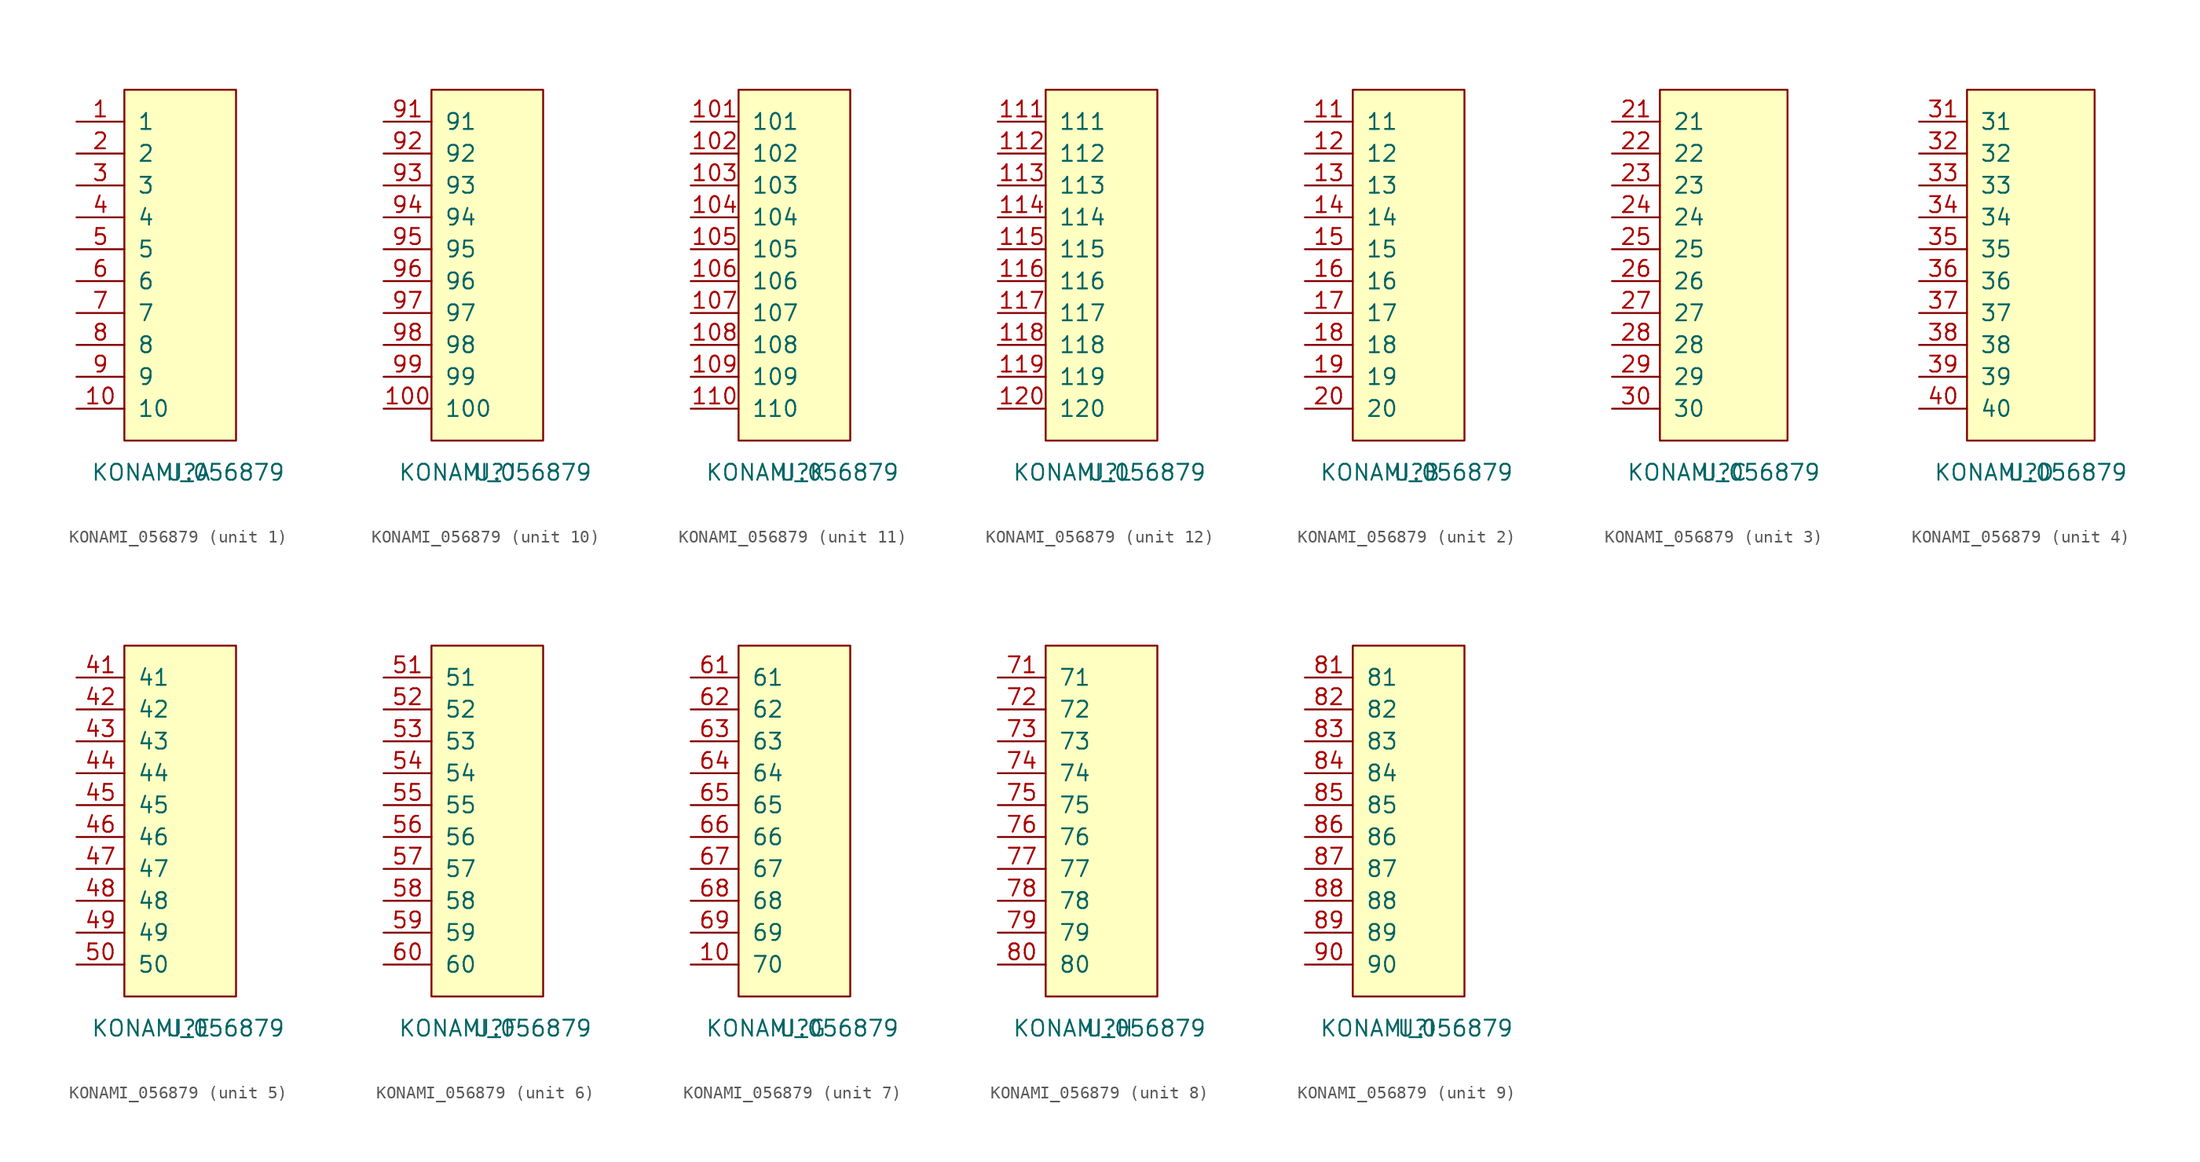
<source format=kicad_sym>
(kicad_symbol_lib
  (version 20211014)
  (generator kicad_symbol_editor)
  (symbol "KONAMI_056879"
    (pin_names
      (offset 1.016))
    (property "Reference" "U"
      (at 0 0 0)
      (effects (font (size 1.27 1.27))))
    (property "Value" "KONAMI_056879"
      (at 0 0 0)
      (effects (font (size 1.27 1.27))))
    (property "ki_locked" ""
      (at 0 0 0)
      (effects (font (size 1.27 1.27))))
    (symbol "KONAMI_056879_1_1"
      (rectangle (start -5.08 30.48) (end 3.81 2.54) (stroke (width 0) (type default) (color 0 0 0 0)) (fill (type background)))
      (pin input line (at -8.89 27.94 0) (length 3.81) (name "1" (effects (font (size 1.27 1.27)))) (number "1" (effects (font (size 1.27 1.27)))))
      (pin input line (at -8.89 5.08 0) (length 3.81) (name "10" (effects (font (size 1.27 1.27)))) (number "10" (effects (font (size 1.27 1.27)))))
      (pin input line (at -8.89 25.4 0) (length 3.81) (name "2" (effects (font (size 1.27 1.27)))) (number "2" (effects (font (size 1.27 1.27)))))
      (pin input line (at -8.89 22.86 0) (length 3.81) (name "3" (effects (font (size 1.27 1.27)))) (number "3" (effects (font (size 1.27 1.27)))))
      (pin input line (at -8.89 20.32 0) (length 3.81) (name "4" (effects (font (size 1.27 1.27)))) (number "4" (effects (font (size 1.27 1.27)))))
      (pin input line (at -8.89 17.78 0) (length 3.81) (name "5" (effects (font (size 1.27 1.27)))) (number "5" (effects (font (size 1.27 1.27)))))
      (pin input line (at -8.89 15.24 0) (length 3.81) (name "6" (effects (font (size 1.27 1.27)))) (number "6" (effects (font (size 1.27 1.27)))))
      (pin input line (at -8.89 12.7 0) (length 3.81) (name "7" (effects (font (size 1.27 1.27)))) (number "7" (effects (font (size 1.27 1.27)))))
      (pin input line (at -8.89 10.16 0) (length 3.81) (name "8" (effects (font (size 1.27 1.27)))) (number "8" (effects (font (size 1.27 1.27)))))
      (pin input line (at -8.89 7.62 0) (length 3.81) (name "9" (effects (font (size 1.27 1.27)))) (number "9" (effects (font (size 1.27 1.27))))))
    (symbol "KONAMI_056879_2_1"
      (rectangle (start -5.08 30.48) (end 3.81 2.54) (stroke (width 0) (type default) (color 0 0 0 0)) (fill (type background)))
      (pin input line (at -8.89 27.94 0) (length 3.81) (name "11" (effects (font (size 1.27 1.27)))) (number "11" (effects (font (size 1.27 1.27)))))
      (pin input line (at -8.89 25.4 0) (length 3.81) (name "12" (effects (font (size 1.27 1.27)))) (number "12" (effects (font (size 1.27 1.27)))))
      (pin input line (at -8.89 22.86 0) (length 3.81) (name "13" (effects (font (size 1.27 1.27)))) (number "13" (effects (font (size 1.27 1.27)))))
      (pin input line (at -8.89 20.32 0) (length 3.81) (name "14" (effects (font (size 1.27 1.27)))) (number "14" (effects (font (size 1.27 1.27)))))
      (pin input line (at -8.89 17.78 0) (length 3.81) (name "15" (effects (font (size 1.27 1.27)))) (number "15" (effects (font (size 1.27 1.27)))))
      (pin input line (at -8.89 15.24 0) (length 3.81) (name "16" (effects (font (size 1.27 1.27)))) (number "16" (effects (font (size 1.27 1.27)))))
      (pin input line (at -8.89 12.7 0) (length 3.81) (name "17" (effects (font (size 1.27 1.27)))) (number "17" (effects (font (size 1.27 1.27)))))
      (pin input line (at -8.89 10.16 0) (length 3.81) (name "18" (effects (font (size 1.27 1.27)))) (number "18" (effects (font (size 1.27 1.27)))))
      (pin input line (at -8.89 7.62 0) (length 3.81) (name "19" (effects (font (size 1.27 1.27)))) (number "19" (effects (font (size 1.27 1.27)))))
      (pin input line (at -8.89 5.08 0) (length 3.81) (name "20" (effects (font (size 1.27 1.27)))) (number "20" (effects (font (size 1.27 1.27))))))
    (symbol "KONAMI_056879_3_1"
      (rectangle (start -5.08 30.48) (end 5.08 2.54) (stroke (width 0) (type default) (color 0 0 0 0)) (fill (type background)))
      (pin input line (at -8.89 27.94 0) (length 3.81) (name "21" (effects (font (size 1.27 1.27)))) (number "21" (effects (font (size 1.27 1.27)))))
      (pin input line (at -8.89 25.4 0) (length 3.81) (name "22" (effects (font (size 1.27 1.27)))) (number "22" (effects (font (size 1.27 1.27)))))
      (pin input line (at -8.89 22.86 0) (length 3.81) (name "23" (effects (font (size 1.27 1.27)))) (number "23" (effects (font (size 1.27 1.27)))))
      (pin input line (at -8.89 20.32 0) (length 3.81) (name "24" (effects (font (size 1.27 1.27)))) (number "24" (effects (font (size 1.27 1.27)))))
      (pin input line (at -8.89 17.78 0) (length 3.81) (name "25" (effects (font (size 1.27 1.27)))) (number "25" (effects (font (size 1.27 1.27)))))
      (pin input line (at -8.89 15.24 0) (length 3.81) (name "26" (effects (font (size 1.27 1.27)))) (number "26" (effects (font (size 1.27 1.27)))))
      (pin input line (at -8.89 12.7 0) (length 3.81) (name "27" (effects (font (size 1.27 1.27)))) (number "27" (effects (font (size 1.27 1.27)))))
      (pin input line (at -8.89 10.16 0) (length 3.81) (name "28" (effects (font (size 1.27 1.27)))) (number "28" (effects (font (size 1.27 1.27)))))
      (pin input line (at -8.89 7.62 0) (length 3.81) (name "29" (effects (font (size 1.27 1.27)))) (number "29" (effects (font (size 1.27 1.27)))))
      (pin input line (at -8.89 5.08 0) (length 3.81) (name "30" (effects (font (size 1.27 1.27)))) (number "30" (effects (font (size 1.27 1.27))))))
    (symbol "KONAMI_056879_4_1"
      (rectangle (start -5.08 30.48) (end 5.08 2.54) (stroke (width 0) (type default) (color 0 0 0 0)) (fill (type background)))
      (pin input line (at -8.89 27.94 0) (length 3.81) (name "31" (effects (font (size 1.27 1.27)))) (number "31" (effects (font (size 1.27 1.27)))))
      (pin input line (at -8.89 25.4 0) (length 3.81) (name "32" (effects (font (size 1.27 1.27)))) (number "32" (effects (font (size 1.27 1.27)))))
      (pin input line (at -8.89 22.86 0) (length 3.81) (name "33" (effects (font (size 1.27 1.27)))) (number "33" (effects (font (size 1.27 1.27)))))
      (pin input line (at -8.89 20.32 0) (length 3.81) (name "34" (effects (font (size 1.27 1.27)))) (number "34" (effects (font (size 1.27 1.27)))))
      (pin input line (at -8.89 17.78 0) (length 3.81) (name "35" (effects (font (size 1.27 1.27)))) (number "35" (effects (font (size 1.27 1.27)))))
      (pin input line (at -8.89 15.24 0) (length 3.81) (name "36" (effects (font (size 1.27 1.27)))) (number "36" (effects (font (size 1.27 1.27)))))
      (pin input line (at -8.89 12.7 0) (length 3.81) (name "37" (effects (font (size 1.27 1.27)))) (number "37" (effects (font (size 1.27 1.27)))))
      (pin input line (at -8.89 10.16 0) (length 3.81) (name "38" (effects (font (size 1.27 1.27)))) (number "38" (effects (font (size 1.27 1.27)))))
      (pin input line (at -8.89 7.62 0) (length 3.81) (name "39" (effects (font (size 1.27 1.27)))) (number "39" (effects (font (size 1.27 1.27)))))
      (pin input line (at -8.89 5.08 0) (length 3.81) (name "40" (effects (font (size 1.27 1.27)))) (number "40" (effects (font (size 1.27 1.27))))))
    (symbol "KONAMI_056879_5_1"
      (rectangle (start -5.08 30.48) (end 3.81 2.54) (stroke (width 0) (type default) (color 0 0 0 0)) (fill (type background)))
      (pin input line (at -8.89 27.94 0) (length 3.81) (name "41" (effects (font (size 1.27 1.27)))) (number "41" (effects (font (size 1.27 1.27)))))
      (pin input line (at -8.89 25.4 0) (length 3.81) (name "42" (effects (font (size 1.27 1.27)))) (number "42" (effects (font (size 1.27 1.27)))))
      (pin input line (at -8.89 22.86 0) (length 3.81) (name "43" (effects (font (size 1.27 1.27)))) (number "43" (effects (font (size 1.27 1.27)))))
      (pin input line (at -8.89 20.32 0) (length 3.81) (name "44" (effects (font (size 1.27 1.27)))) (number "44" (effects (font (size 1.27 1.27)))))
      (pin input line (at -8.89 17.78 0) (length 3.81) (name "45" (effects (font (size 1.27 1.27)))) (number "45" (effects (font (size 1.27 1.27)))))
      (pin input line (at -8.89 15.24 0) (length 3.81) (name "46" (effects (font (size 1.27 1.27)))) (number "46" (effects (font (size 1.27 1.27)))))
      (pin input line (at -8.89 12.7 0) (length 3.81) (name "47" (effects (font (size 1.27 1.27)))) (number "47" (effects (font (size 1.27 1.27)))))
      (pin input line (at -8.89 10.16 0) (length 3.81) (name "48" (effects (font (size 1.27 1.27)))) (number "48" (effects (font (size 1.27 1.27)))))
      (pin input line (at -8.89 7.62 0) (length 3.81) (name "49" (effects (font (size 1.27 1.27)))) (number "49" (effects (font (size 1.27 1.27)))))
      (pin input line (at -8.89 5.08 0) (length 3.81) (name "50" (effects (font (size 1.27 1.27)))) (number "50" (effects (font (size 1.27 1.27))))))
    (symbol "KONAMI_056879_6_1"
      (rectangle (start -5.08 30.48) (end 3.81 2.54) (stroke (width 0) (type default) (color 0 0 0 0)) (fill (type background)))
      (pin input line (at -8.89 27.94 0) (length 3.81) (name "51" (effects (font (size 1.27 1.27)))) (number "51" (effects (font (size 1.27 1.27)))))
      (pin input line (at -8.89 25.4 0) (length 3.81) (name "52" (effects (font (size 1.27 1.27)))) (number "52" (effects (font (size 1.27 1.27)))))
      (pin input line (at -8.89 22.86 0) (length 3.81) (name "53" (effects (font (size 1.27 1.27)))) (number "53" (effects (font (size 1.27 1.27)))))
      (pin input line (at -8.89 20.32 0) (length 3.81) (name "54" (effects (font (size 1.27 1.27)))) (number "54" (effects (font (size 1.27 1.27)))))
      (pin input line (at -8.89 17.78 0) (length 3.81) (name "55" (effects (font (size 1.27 1.27)))) (number "55" (effects (font (size 1.27 1.27)))))
      (pin input line (at -8.89 15.24 0) (length 3.81) (name "56" (effects (font (size 1.27 1.27)))) (number "56" (effects (font (size 1.27 1.27)))))
      (pin input line (at -8.89 12.7 0) (length 3.81) (name "57" (effects (font (size 1.27 1.27)))) (number "57" (effects (font (size 1.27 1.27)))))
      (pin input line (at -8.89 10.16 0) (length 3.81) (name "58" (effects (font (size 1.27 1.27)))) (number "58" (effects (font (size 1.27 1.27)))))
      (pin input line (at -8.89 7.62 0) (length 3.81) (name "59" (effects (font (size 1.27 1.27)))) (number "59" (effects (font (size 1.27 1.27)))))
      (pin input line (at -8.89 5.08 0) (length 3.81) (name "60" (effects (font (size 1.27 1.27)))) (number "60" (effects (font (size 1.27 1.27))))))
    (symbol "KONAMI_056879_7_1"
      (rectangle (start -5.08 30.48) (end 3.81 2.54) (stroke (width 0) (type default) (color 0 0 0 0)) (fill (type background)))
      (pin input line (at -8.89 5.08 0) (length 3.81) (name "70" (effects (font (size 1.27 1.27)))) (number "10" (effects (font (size 1.27 1.27)))))
      (pin input line (at -8.89 27.94 0) (length 3.81) (name "61" (effects (font (size 1.27 1.27)))) (number "61" (effects (font (size 1.27 1.27)))))
      (pin input line (at -8.89 25.4 0) (length 3.81) (name "62" (effects (font (size 1.27 1.27)))) (number "62" (effects (font (size 1.27 1.27)))))
      (pin input line (at -8.89 22.86 0) (length 3.81) (name "63" (effects (font (size 1.27 1.27)))) (number "63" (effects (font (size 1.27 1.27)))))
      (pin input line (at -8.89 20.32 0) (length 3.81) (name "64" (effects (font (size 1.27 1.27)))) (number "64" (effects (font (size 1.27 1.27)))))
      (pin input line (at -8.89 17.78 0) (length 3.81) (name "65" (effects (font (size 1.27 1.27)))) (number "65" (effects (font (size 1.27 1.27)))))
      (pin input line (at -8.89 15.24 0) (length 3.81) (name "66" (effects (font (size 1.27 1.27)))) (number "66" (effects (font (size 1.27 1.27)))))
      (pin input line (at -8.89 12.7 0) (length 3.81) (name "67" (effects (font (size 1.27 1.27)))) (number "67" (effects (font (size 1.27 1.27)))))
      (pin input line (at -8.89 10.16 0) (length 3.81) (name "68" (effects (font (size 1.27 1.27)))) (number "68" (effects (font (size 1.27 1.27)))))
      (pin input line (at -8.89 7.62 0) (length 3.81) (name "69" (effects (font (size 1.27 1.27)))) (number "69" (effects (font (size 1.27 1.27))))))
    (symbol "KONAMI_056879_8_1"
      (rectangle (start -5.08 30.48) (end 3.81 2.54) (stroke (width 0) (type default) (color 0 0 0 0)) (fill (type background)))
      (pin input line (at -8.89 27.94 0) (length 3.81) (name "71" (effects (font (size 1.27 1.27)))) (number "71" (effects (font (size 1.27 1.27)))))
      (pin input line (at -8.89 25.4 0) (length 3.81) (name "72" (effects (font (size 1.27 1.27)))) (number "72" (effects (font (size 1.27 1.27)))))
      (pin input line (at -8.89 22.86 0) (length 3.81) (name "73" (effects (font (size 1.27 1.27)))) (number "73" (effects (font (size 1.27 1.27)))))
      (pin input line (at -8.89 20.32 0) (length 3.81) (name "74" (effects (font (size 1.27 1.27)))) (number "74" (effects (font (size 1.27 1.27)))))
      (pin input line (at -8.89 17.78 0) (length 3.81) (name "75" (effects (font (size 1.27 1.27)))) (number "75" (effects (font (size 1.27 1.27)))))
      (pin input line (at -8.89 15.24 0) (length 3.81) (name "76" (effects (font (size 1.27 1.27)))) (number "76" (effects (font (size 1.27 1.27)))))
      (pin input line (at -8.89 12.7 0) (length 3.81) (name "77" (effects (font (size 1.27 1.27)))) (number "77" (effects (font (size 1.27 1.27)))))
      (pin input line (at -8.89 10.16 0) (length 3.81) (name "78" (effects (font (size 1.27 1.27)))) (number "78" (effects (font (size 1.27 1.27)))))
      (pin input line (at -8.89 7.62 0) (length 3.81) (name "79" (effects (font (size 1.27 1.27)))) (number "79" (effects (font (size 1.27 1.27)))))
      (pin input line (at -8.89 5.08 0) (length 3.81) (name "80" (effects (font (size 1.27 1.27)))) (number "80" (effects (font (size 1.27 1.27))))))
    (symbol "KONAMI_056879_9_1"
      (rectangle (start -5.08 30.48) (end 3.81 2.54) (stroke (width 0) (type default) (color 0 0 0 0)) (fill (type background)))
      (pin input line (at -8.89 27.94 0) (length 3.81) (name "81" (effects (font (size 1.27 1.27)))) (number "81" (effects (font (size 1.27 1.27)))))
      (pin input line (at -8.89 25.4 0) (length 3.81) (name "82" (effects (font (size 1.27 1.27)))) (number "82" (effects (font (size 1.27 1.27)))))
      (pin input line (at -8.89 22.86 0) (length 3.81) (name "83" (effects (font (size 1.27 1.27)))) (number "83" (effects (font (size 1.27 1.27)))))
      (pin input line (at -8.89 20.32 0) (length 3.81) (name "84" (effects (font (size 1.27 1.27)))) (number "84" (effects (font (size 1.27 1.27)))))
      (pin input line (at -8.89 17.78 0) (length 3.81) (name "85" (effects (font (size 1.27 1.27)))) (number "85" (effects (font (size 1.27 1.27)))))
      (pin input line (at -8.89 15.24 0) (length 3.81) (name "86" (effects (font (size 1.27 1.27)))) (number "86" (effects (font (size 1.27 1.27)))))
      (pin input line (at -8.89 12.7 0) (length 3.81) (name "87" (effects (font (size 1.27 1.27)))) (number "87" (effects (font (size 1.27 1.27)))))
      (pin input line (at -8.89 10.16 0) (length 3.81) (name "88" (effects (font (size 1.27 1.27)))) (number "88" (effects (font (size 1.27 1.27)))))
      (pin input line (at -8.89 7.62 0) (length 3.81) (name "89" (effects (font (size 1.27 1.27)))) (number "89" (effects (font (size 1.27 1.27)))))
      (pin input line (at -8.89 5.08 0) (length 3.81) (name "90" (effects (font (size 1.27 1.27)))) (number "90" (effects (font (size 1.27 1.27))))))
    (symbol "KONAMI_056879_10_1"
      (rectangle (start -5.08 30.48) (end 3.81 2.54) (stroke (width 0) (type default) (color 0 0 0 0)) (fill (type background)))
      (pin input line (at -8.89 5.08 0) (length 3.81) (name "100" (effects (font (size 1.27 1.27)))) (number "100" (effects (font (size 1.27 1.27)))))
      (pin input line (at -8.89 27.94 0) (length 3.81) (name "91" (effects (font (size 1.27 1.27)))) (number "91" (effects (font (size 1.27 1.27)))))
      (pin input line (at -8.89 25.4 0) (length 3.81) (name "92" (effects (font (size 1.27 1.27)))) (number "92" (effects (font (size 1.27 1.27)))))
      (pin input line (at -8.89 22.86 0) (length 3.81) (name "93" (effects (font (size 1.27 1.27)))) (number "93" (effects (font (size 1.27 1.27)))))
      (pin input line (at -8.89 20.32 0) (length 3.81) (name "94" (effects (font (size 1.27 1.27)))) (number "94" (effects (font (size 1.27 1.27)))))
      (pin input line (at -8.89 17.78 0) (length 3.81) (name "95" (effects (font (size 1.27 1.27)))) (number "95" (effects (font (size 1.27 1.27)))))
      (pin input line (at -8.89 15.24 0) (length 3.81) (name "96" (effects (font (size 1.27 1.27)))) (number "96" (effects (font (size 1.27 1.27)))))
      (pin input line (at -8.89 12.7 0) (length 3.81) (name "97" (effects (font (size 1.27 1.27)))) (number "97" (effects (font (size 1.27 1.27)))))
      (pin input line (at -8.89 10.16 0) (length 3.81) (name "98" (effects (font (size 1.27 1.27)))) (number "98" (effects (font (size 1.27 1.27)))))
      (pin input line (at -8.89 7.62 0) (length 3.81) (name "99" (effects (font (size 1.27 1.27)))) (number "99" (effects (font (size 1.27 1.27))))))
    (symbol "KONAMI_056879_11_1"
      (rectangle (start -5.08 30.48) (end 3.81 2.54) (stroke (width 0) (type default) (color 0 0 0 0)) (fill (type background)))
      (pin input line (at -8.89 27.94 0) (length 3.81) (name "101" (effects (font (size 1.27 1.27)))) (number "101" (effects (font (size 1.27 1.27)))))
      (pin input line (at -8.89 25.4 0) (length 3.81) (name "102" (effects (font (size 1.27 1.27)))) (number "102" (effects (font (size 1.27 1.27)))))
      (pin input line (at -8.89 22.86 0) (length 3.81) (name "103" (effects (font (size 1.27 1.27)))) (number "103" (effects (font (size 1.27 1.27)))))
      (pin input line (at -8.89 20.32 0) (length 3.81) (name "104" (effects (font (size 1.27 1.27)))) (number "104" (effects (font (size 1.27 1.27)))))
      (pin input line (at -8.89 17.78 0) (length 3.81) (name "105" (effects (font (size 1.27 1.27)))) (number "105" (effects (font (size 1.27 1.27)))))
      (pin input line (at -8.89 15.24 0) (length 3.81) (name "106" (effects (font (size 1.27 1.27)))) (number "106" (effects (font (size 1.27 1.27)))))
      (pin input line (at -8.89 12.7 0) (length 3.81) (name "107" (effects (font (size 1.27 1.27)))) (number "107" (effects (font (size 1.27 1.27)))))
      (pin input line (at -8.89 10.16 0) (length 3.81) (name "108" (effects (font (size 1.27 1.27)))) (number "108" (effects (font (size 1.27 1.27)))))
      (pin input line (at -8.89 7.62 0) (length 3.81) (name "109" (effects (font (size 1.27 1.27)))) (number "109" (effects (font (size 1.27 1.27)))))
      (pin input line (at -8.89 5.08 0) (length 3.81) (name "110" (effects (font (size 1.27 1.27)))) (number "110" (effects (font (size 1.27 1.27))))))
    (symbol "KONAMI_056879_12_1"
      (rectangle (start -5.08 30.48) (end 3.81 2.54) (stroke (width 0) (type default) (color 0 0 0 0)) (fill (type background)))
      (pin input line (at -8.89 27.94 0) (length 3.81) (name "111" (effects (font (size 1.27 1.27)))) (number "111" (effects (font (size 1.27 1.27)))))
      (pin input line (at -8.89 25.4 0) (length 3.81) (name "112" (effects (font (size 1.27 1.27)))) (number "112" (effects (font (size 1.27 1.27)))))
      (pin input line (at -8.89 22.86 0) (length 3.81) (name "113" (effects (font (size 1.27 1.27)))) (number "113" (effects (font (size 1.27 1.27)))))
      (pin input line (at -8.89 20.32 0) (length 3.81) (name "114" (effects (font (size 1.27 1.27)))) (number "114" (effects (font (size 1.27 1.27)))))
      (pin input line (at -8.89 17.78 0) (length 3.81) (name "115" (effects (font (size 1.27 1.27)))) (number "115" (effects (font (size 1.27 1.27)))))
      (pin input line (at -8.89 15.24 0) (length 3.81) (name "116" (effects (font (size 1.27 1.27)))) (number "116" (effects (font (size 1.27 1.27)))))
      (pin input line (at -8.89 12.7 0) (length 3.81) (name "117" (effects (font (size 1.27 1.27)))) (number "117" (effects (font (size 1.27 1.27)))))
      (pin input line (at -8.89 10.16 0) (length 3.81) (name "118" (effects (font (size 1.27 1.27)))) (number "118" (effects (font (size 1.27 1.27)))))
      (pin input line (at -8.89 7.62 0) (length 3.81) (name "119" (effects (font (size 1.27 1.27)))) (number "119" (effects (font (size 1.27 1.27)))))
      (pin input line (at -8.89 5.08 0) (length 3.81) (name "120" (effects (font (size 1.27 1.27)))) (number "120" (effects (font (size 1.27 1.27))))))))
</source>
